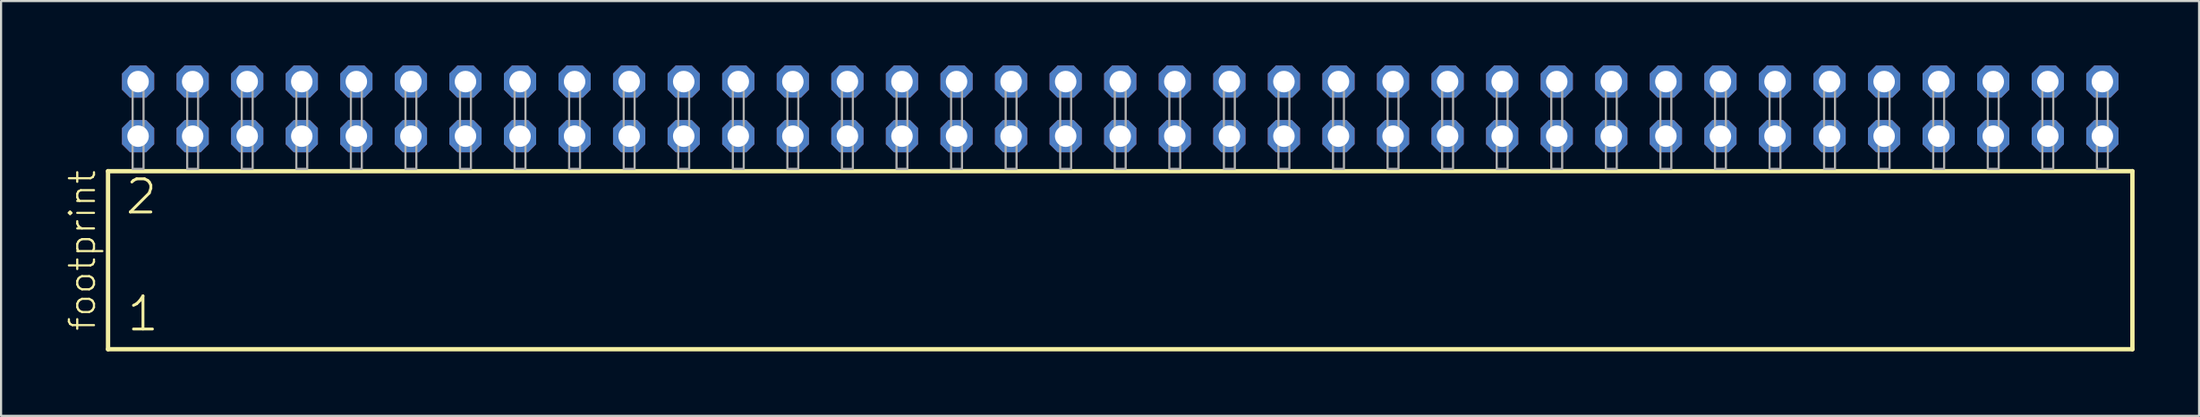
<source format=kicad_pcb>
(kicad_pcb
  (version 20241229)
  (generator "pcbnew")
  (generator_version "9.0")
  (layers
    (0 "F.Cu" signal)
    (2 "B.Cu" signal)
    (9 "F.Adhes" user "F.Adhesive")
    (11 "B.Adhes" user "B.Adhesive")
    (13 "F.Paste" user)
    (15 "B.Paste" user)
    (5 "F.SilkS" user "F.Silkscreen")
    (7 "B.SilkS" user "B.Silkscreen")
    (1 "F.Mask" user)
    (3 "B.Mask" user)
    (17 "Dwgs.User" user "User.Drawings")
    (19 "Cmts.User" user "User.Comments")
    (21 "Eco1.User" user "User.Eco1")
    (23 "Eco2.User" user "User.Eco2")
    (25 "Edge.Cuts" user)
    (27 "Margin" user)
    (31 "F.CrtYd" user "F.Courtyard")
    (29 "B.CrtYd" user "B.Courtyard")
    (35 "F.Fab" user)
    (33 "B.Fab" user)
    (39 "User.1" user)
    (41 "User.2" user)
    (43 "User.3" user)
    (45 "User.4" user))
  (footprint "footprint"
    (layer "F.Cu")
    (at 49.098 4.814)
    (property "Reference" "footprint" (at -47.625 7.62 90) (layer "F.SilkS") (effects (font (size 1.168 1.168) (thickness 0.102)) (justify left bottom)))
    (fp_line (start -47.119 0.106) (end -47.119 8.396) (stroke (width 0.203) (type solid)) (layer "F.SilkS"))
    (fp_line (start -47.119 8.396) (end 47.119 8.396) (stroke (width 0.203) (type solid)) (layer "F.SilkS"))
    (fp_line (start 47.119 0.106) (end -47.119 0.106) (stroke (width 0.203) (type solid)) (layer "F.SilkS"))
    (fp_line (start 47.119 8.396) (end 47.119 0.106) (stroke (width 0.203) (type solid)) (layer "F.SilkS"))
    (fp_poly (pts (xy -45.974 0) (xy -45.466 0) (xy -45.466 -4.318) (xy -45.974 -4.318)) (stroke (width 0.1) (type solid)) (fill no) (layer "F.Fab"))
    (fp_poly (pts (xy -43.434 0) (xy -42.926 0) (xy -42.926 -4.318) (xy -43.434 -4.318)) (stroke (width 0.1) (type solid)) (fill no) (layer "F.Fab"))
    (fp_poly (pts (xy -40.894 0) (xy -40.386 0) (xy -40.386 -4.318) (xy -40.894 -4.318)) (stroke (width 0.1) (type solid)) (fill no) (layer "F.Fab"))
    (fp_poly (pts (xy -38.354 0) (xy -37.846 0) (xy -37.846 -4.318) (xy -38.354 -4.318)) (stroke (width 0.1) (type solid)) (fill no) (layer "F.Fab"))
    (fp_poly (pts (xy -35.814 0) (xy -35.306 0) (xy -35.306 -4.318) (xy -35.814 -4.318)) (stroke (width 0.1) (type solid)) (fill no) (layer "F.Fab"))
    (fp_poly (pts (xy -33.274 0) (xy -32.766 0) (xy -32.766 -4.318) (xy -33.274 -4.318)) (stroke (width 0.1) (type solid)) (fill no) (layer "F.Fab"))
    (fp_poly (pts (xy -30.734 0) (xy -30.226 0) (xy -30.226 -4.318) (xy -30.734 -4.318)) (stroke (width 0.1) (type solid)) (fill no) (layer "F.Fab"))
    (fp_poly (pts (xy -28.194 0) (xy -27.686 0) (xy -27.686 -4.318) (xy -28.194 -4.318)) (stroke (width 0.1) (type solid)) (fill no) (layer "F.Fab"))
    (fp_poly (pts (xy -25.654 0) (xy -25.146 0) (xy -25.146 -4.318) (xy -25.654 -4.318)) (stroke (width 0.1) (type solid)) (fill no) (layer "F.Fab"))
    (fp_poly (pts (xy -23.114 0) (xy -22.606 0) (xy -22.606 -4.318) (xy -23.114 -4.318)) (stroke (width 0.1) (type solid)) (fill no) (layer "F.Fab"))
    (fp_poly (pts (xy -20.574 0) (xy -20.066 0) (xy -20.066 -4.318) (xy -20.574 -4.318)) (stroke (width 0.1) (type solid)) (fill no) (layer "F.Fab"))
    (fp_poly (pts (xy -18.034 0) (xy -17.526 0) (xy -17.526 -4.318) (xy -18.034 -4.318)) (stroke (width 0.1) (type solid)) (fill no) (layer "F.Fab"))
    (fp_poly (pts (xy -15.494 0) (xy -14.986 0) (xy -14.986 -4.318) (xy -15.494 -4.318)) (stroke (width 0.1) (type solid)) (fill no) (layer "F.Fab"))
    (fp_poly (pts (xy -12.954 0) (xy -12.446 0) (xy -12.446 -4.318) (xy -12.954 -4.318)) (stroke (width 0.1) (type solid)) (fill no) (layer "F.Fab"))
    (fp_poly (pts (xy -10.414 0) (xy -9.906 0) (xy -9.906 -4.318) (xy -10.414 -4.318)) (stroke (width 0.1) (type solid)) (fill no) (layer "F.Fab"))
    (fp_poly (pts (xy -7.874 0) (xy -7.366 0) (xy -7.366 -4.318) (xy -7.874 -4.318)) (stroke (width 0.1) (type solid)) (fill no) (layer "F.Fab"))
    (fp_poly (pts (xy -5.334 0) (xy -4.826 0) (xy -4.826 -4.318) (xy -5.334 -4.318)) (stroke (width 0.1) (type solid)) (fill no) (layer "F.Fab"))
    (fp_poly (pts (xy -2.794 0) (xy -2.286 0) (xy -2.286 -4.318) (xy -2.794 -4.318)) (stroke (width 0.1) (type solid)) (fill no) (layer "F.Fab"))
    (fp_poly (pts (xy -0.254 0) (xy 0.254 0) (xy 0.254 -4.318) (xy -0.254 -4.318)) (stroke (width 0.1) (type solid)) (fill no) (layer "F.Fab"))
    (fp_poly (pts (xy 2.286 0) (xy 2.794 0) (xy 2.794 -4.318) (xy 2.286 -4.318)) (stroke (width 0.1) (type solid)) (fill no) (layer "F.Fab"))
    (fp_poly (pts (xy 4.826 0) (xy 5.334 0) (xy 5.334 -4.318) (xy 4.826 -4.318)) (stroke (width 0.1) (type solid)) (fill no) (layer "F.Fab"))
    (fp_poly (pts (xy 7.366 0) (xy 7.874 0) (xy 7.874 -4.318) (xy 7.366 -4.318)) (stroke (width 0.1) (type solid)) (fill no) (layer "F.Fab"))
    (fp_poly (pts (xy 9.906 0) (xy 10.414 0) (xy 10.414 -4.318) (xy 9.906 -4.318)) (stroke (width 0.1) (type solid)) (fill no) (layer "F.Fab"))
    (fp_poly (pts (xy 12.446 0) (xy 12.954 0) (xy 12.954 -4.318) (xy 12.446 -4.318)) (stroke (width 0.1) (type solid)) (fill no) (layer "F.Fab"))
    (fp_poly (pts (xy 14.986 0) (xy 15.494 0) (xy 15.494 -4.318) (xy 14.986 -4.318)) (stroke (width 0.1) (type solid)) (fill no) (layer "F.Fab"))
    (fp_poly (pts (xy 17.526 0) (xy 18.034 0) (xy 18.034 -4.318) (xy 17.526 -4.318)) (stroke (width 0.1) (type solid)) (fill no) (layer "F.Fab"))
    (fp_poly (pts (xy 20.066 0) (xy 20.574 0) (xy 20.574 -4.318) (xy 20.066 -4.318)) (stroke (width 0.1) (type solid)) (fill no) (layer "F.Fab"))
    (fp_poly (pts (xy 22.606 0) (xy 23.114 0) (xy 23.114 -4.318) (xy 22.606 -4.318)) (stroke (width 0.1) (type solid)) (fill no) (layer "F.Fab"))
    (fp_poly (pts (xy 25.146 0) (xy 25.654 0) (xy 25.654 -4.318) (xy 25.146 -4.318)) (stroke (width 0.1) (type solid)) (fill no) (layer "F.Fab"))
    (fp_poly (pts (xy 27.686 0) (xy 28.194 0) (xy 28.194 -4.318) (xy 27.686 -4.318)) (stroke (width 0.1) (type solid)) (fill no) (layer "F.Fab"))
    (fp_poly (pts (xy 30.226 0) (xy 30.734 0) (xy 30.734 -4.318) (xy 30.226 -4.318)) (stroke (width 0.1) (type solid)) (fill no) (layer "F.Fab"))
    (fp_poly (pts (xy 32.766 0) (xy 33.274 0) (xy 33.274 -4.318) (xy 32.766 -4.318)) (stroke (width 0.1) (type solid)) (fill no) (layer "F.Fab"))
    (fp_poly (pts (xy 35.306 0) (xy 35.814 0) (xy 35.814 -4.318) (xy 35.306 -4.318)) (stroke (width 0.1) (type solid)) (fill no) (layer "F.Fab"))
    (fp_poly (pts (xy 37.846 0) (xy 38.354 0) (xy 38.354 -4.318) (xy 37.846 -4.318)) (stroke (width 0.1) (type solid)) (fill no) (layer "F.Fab"))
    (fp_poly (pts (xy 40.386 0) (xy 40.894 0) (xy 40.894 -4.318) (xy 40.386 -4.318)) (stroke (width 0.1) (type solid)) (fill no) (layer "F.Fab"))
    (fp_poly (pts (xy 42.926 0) (xy 43.434 0) (xy 43.434 -4.318) (xy 42.926 -4.318)) (stroke (width 0.1) (type solid)) (fill no) (layer "F.Fab"))
    (fp_poly (pts (xy 45.466 0) (xy 45.974 0) (xy 45.974 -4.318) (xy 45.466 -4.318)) (stroke (width 0.1) (type solid)) (fill no) (layer "F.Fab"))
    (fp_text user "1" (at -46.315 7.65 0) (layer "F.SilkS") (effects (font (size 1.542 1.542) (thickness 0.134)) (justify left bottom)))
    (fp_text user "2" (at -46.39 2.2 0) (layer "F.SilkS") (effects (font (size 1.542 1.542) (thickness 0.134)) (justify left bottom)))
    (pad "1" thru_hole roundrect (at -45.72 -1.524) (size 1.5 1.5) (drill 1) (layers "*.Cu" "*.Mask") (roundrect_rratio 0.25) (chamfer_ratio 0.25) (chamfer top_left top_right bottom_left bottom_right))
    (pad "2" thru_hole roundrect (at -45.72 -4.064) (size 1.5 1.5) (drill 1) (layers "*.Cu" "*.Mask") (roundrect_rratio 0.25) (chamfer_ratio 0.25) (chamfer top_left top_right bottom_left bottom_right))
    (pad "3" thru_hole roundrect (at -43.18 -1.524) (size 1.5 1.5) (drill 1) (layers "*.Cu" "*.Mask") (roundrect_rratio 0.25) (chamfer_ratio 0.25) (chamfer top_left top_right bottom_left bottom_right))
    (pad "4" thru_hole roundrect (at -43.18 -4.064) (size 1.5 1.5) (drill 1) (layers "*.Cu" "*.Mask") (roundrect_rratio 0.25) (chamfer_ratio 0.25) (chamfer top_left top_right bottom_left bottom_right))
    (pad "5" thru_hole roundrect (at -40.64 -1.524) (size 1.5 1.5) (drill 1) (layers "*.Cu" "*.Mask") (roundrect_rratio 0.25) (chamfer_ratio 0.25) (chamfer top_left top_right bottom_left bottom_right))
    (pad "6" thru_hole roundrect (at -40.64 -4.064) (size 1.5 1.5) (drill 1) (layers "*.Cu" "*.Mask") (roundrect_rratio 0.25) (chamfer_ratio 0.25) (chamfer top_left top_right bottom_left bottom_right))
    (pad "7" thru_hole roundrect (at -38.1 -1.524) (size 1.5 1.5) (drill 1) (layers "*.Cu" "*.Mask") (roundrect_rratio 0.25) (chamfer_ratio 0.25) (chamfer top_left top_right bottom_left bottom_right))
    (pad "8" thru_hole roundrect (at -38.1 -4.064) (size 1.5 1.5) (drill 1) (layers "*.Cu" "*.Mask") (roundrect_rratio 0.25) (chamfer_ratio 0.25) (chamfer top_left top_right bottom_left bottom_right))
    (pad "9" thru_hole roundrect (at -35.56 -1.524) (size 1.5 1.5) (drill 1) (layers "*.Cu" "*.Mask") (roundrect_rratio 0.25) (chamfer_ratio 0.25) (chamfer top_left top_right bottom_left bottom_right))
    (pad "10" thru_hole roundrect (at -35.56 -4.064) (size 1.5 1.5) (drill 1) (layers "*.Cu" "*.Mask") (roundrect_rratio 0.25) (chamfer_ratio 0.25) (chamfer top_left top_right bottom_left bottom_right))
    (pad "11" thru_hole roundrect (at -33.02 -1.524) (size 1.5 1.5) (drill 1) (layers "*.Cu" "*.Mask") (roundrect_rratio 0.25) (chamfer_ratio 0.25) (chamfer top_left top_right bottom_left bottom_right))
    (pad "12" thru_hole roundrect (at -33.02 -4.064) (size 1.5 1.5) (drill 1) (layers "*.Cu" "*.Mask") (roundrect_rratio 0.25) (chamfer_ratio 0.25) (chamfer top_left top_right bottom_left bottom_right))
    (pad "13" thru_hole roundrect (at -30.48 -1.524) (size 1.5 1.5) (drill 1) (layers "*.Cu" "*.Mask") (roundrect_rratio 0.25) (chamfer_ratio 0.25) (chamfer top_left top_right bottom_left bottom_right))
    (pad "14" thru_hole roundrect (at -30.48 -4.064) (size 1.5 1.5) (drill 1) (layers "*.Cu" "*.Mask") (roundrect_rratio 0.25) (chamfer_ratio 0.25) (chamfer top_left top_right bottom_left bottom_right))
    (pad "15" thru_hole roundrect (at -27.94 -1.524) (size 1.5 1.5) (drill 1) (layers "*.Cu" "*.Mask") (roundrect_rratio 0.25) (chamfer_ratio 0.25) (chamfer top_left top_right bottom_left bottom_right))
    (pad "16" thru_hole roundrect (at -27.94 -4.064) (size 1.5 1.5) (drill 1) (layers "*.Cu" "*.Mask") (roundrect_rratio 0.25) (chamfer_ratio 0.25) (chamfer top_left top_right bottom_left bottom_right))
    (pad "17" thru_hole roundrect (at -25.4 -1.524) (size 1.5 1.5) (drill 1) (layers "*.Cu" "*.Mask") (roundrect_rratio 0.25) (chamfer_ratio 0.25) (chamfer top_left top_right bottom_left bottom_right))
    (pad "18" thru_hole roundrect (at -25.4 -4.064) (size 1.5 1.5) (drill 1) (layers "*.Cu" "*.Mask") (roundrect_rratio 0.25) (chamfer_ratio 0.25) (chamfer top_left top_right bottom_left bottom_right))
    (pad "19" thru_hole roundrect (at -22.86 -1.524) (size 1.5 1.5) (drill 1) (layers "*.Cu" "*.Mask") (roundrect_rratio 0.25) (chamfer_ratio 0.25) (chamfer top_left top_right bottom_left bottom_right))
    (pad "20" thru_hole roundrect (at -22.86 -4.064) (size 1.5 1.5) (drill 1) (layers "*.Cu" "*.Mask") (roundrect_rratio 0.25) (chamfer_ratio 0.25) (chamfer top_left top_right bottom_left bottom_right))
    (pad "21" thru_hole roundrect (at -20.32 -1.524) (size 1.5 1.5) (drill 1) (layers "*.Cu" "*.Mask") (roundrect_rratio 0.25) (chamfer_ratio 0.25) (chamfer top_left top_right bottom_left bottom_right))
    (pad "22" thru_hole roundrect (at -20.32 -4.064) (size 1.5 1.5) (drill 1) (layers "*.Cu" "*.Mask") (roundrect_rratio 0.25) (chamfer_ratio 0.25) (chamfer top_left top_right bottom_left bottom_right))
    (pad "23" thru_hole roundrect (at -17.78 -1.524) (size 1.5 1.5) (drill 1) (layers "*.Cu" "*.Mask") (roundrect_rratio 0.25) (chamfer_ratio 0.25) (chamfer top_left top_right bottom_left bottom_right))
    (pad "24" thru_hole roundrect (at -17.78 -4.064) (size 1.5 1.5) (drill 1) (layers "*.Cu" "*.Mask") (roundrect_rratio 0.25) (chamfer_ratio 0.25) (chamfer top_left top_right bottom_left bottom_right))
    (pad "25" thru_hole roundrect (at -15.24 -1.524) (size 1.5 1.5) (drill 1) (layers "*.Cu" "*.Mask") (roundrect_rratio 0.25) (chamfer_ratio 0.25) (chamfer top_left top_right bottom_left bottom_right))
    (pad "26" thru_hole roundrect (at -15.24 -4.064) (size 1.5 1.5) (drill 1) (layers "*.Cu" "*.Mask") (roundrect_rratio 0.25) (chamfer_ratio 0.25) (chamfer top_left top_right bottom_left bottom_right))
    (pad "27" thru_hole roundrect (at -12.7 -1.524) (size 1.5 1.5) (drill 1) (layers "*.Cu" "*.Mask") (roundrect_rratio 0.25) (chamfer_ratio 0.25) (chamfer top_left top_right bottom_left bottom_right))
    (pad "28" thru_hole roundrect (at -12.7 -4.064) (size 1.5 1.5) (drill 1) (layers "*.Cu" "*.Mask") (roundrect_rratio 0.25) (chamfer_ratio 0.25) (chamfer top_left top_right bottom_left bottom_right))
    (pad "29" thru_hole roundrect (at -10.16 -1.524) (size 1.5 1.5) (drill 1) (layers "*.Cu" "*.Mask") (roundrect_rratio 0.25) (chamfer_ratio 0.25) (chamfer top_left top_right bottom_left bottom_right))
    (pad "30" thru_hole roundrect (at -10.16 -4.064) (size 1.5 1.5) (drill 1) (layers "*.Cu" "*.Mask") (roundrect_rratio 0.25) (chamfer_ratio 0.25) (chamfer top_left top_right bottom_left bottom_right))
    (pad "31" thru_hole roundrect (at -7.62 -1.524) (size 1.5 1.5) (drill 1) (layers "*.Cu" "*.Mask") (roundrect_rratio 0.25) (chamfer_ratio 0.25) (chamfer top_left top_right bottom_left bottom_right))
    (pad "32" thru_hole roundrect (at -7.62 -4.064) (size 1.5 1.5) (drill 1) (layers "*.Cu" "*.Mask") (roundrect_rratio 0.25) (chamfer_ratio 0.25) (chamfer top_left top_right bottom_left bottom_right))
    (pad "33" thru_hole roundrect (at -5.08 -1.524) (size 1.5 1.5) (drill 1) (layers "*.Cu" "*.Mask") (roundrect_rratio 0.25) (chamfer_ratio 0.25) (chamfer top_left top_right bottom_left bottom_right))
    (pad "34" thru_hole roundrect (at -5.08 -4.064) (size 1.5 1.5) (drill 1) (layers "*.Cu" "*.Mask") (roundrect_rratio 0.25) (chamfer_ratio 0.25) (chamfer top_left top_right bottom_left bottom_right))
    (pad "35" thru_hole roundrect (at -2.54 -1.524) (size 1.5 1.5) (drill 1) (layers "*.Cu" "*.Mask") (roundrect_rratio 0.25) (chamfer_ratio 0.25) (chamfer top_left top_right bottom_left bottom_right))
    (pad "36" thru_hole roundrect (at -2.54 -4.064) (size 1.5 1.5) (drill 1) (layers "*.Cu" "*.Mask") (roundrect_rratio 0.25) (chamfer_ratio 0.25) (chamfer top_left top_right bottom_left bottom_right))
    (pad "37" thru_hole roundrect (at 0 -1.524) (size 1.5 1.5) (drill 1) (layers "*.Cu" "*.Mask") (roundrect_rratio 0.25) (chamfer_ratio 0.25) (chamfer top_left top_right bottom_left bottom_right))
    (pad "38" thru_hole roundrect (at 0 -4.064) (size 1.5 1.5) (drill 1) (layers "*.Cu" "*.Mask") (roundrect_rratio 0.25) (chamfer_ratio 0.25) (chamfer top_left top_right bottom_left bottom_right))
    (pad "39" thru_hole roundrect (at 2.54 -1.524) (size 1.5 1.5) (drill 1) (layers "*.Cu" "*.Mask") (roundrect_rratio 0.25) (chamfer_ratio 0.25) (chamfer top_left top_right bottom_left bottom_right))
    (pad "40" thru_hole roundrect (at 2.54 -4.064) (size 1.5 1.5) (drill 1) (layers "*.Cu" "*.Mask") (roundrect_rratio 0.25) (chamfer_ratio 0.25) (chamfer top_left top_right bottom_left bottom_right))
    (pad "41" thru_hole roundrect (at 5.08 -1.524) (size 1.5 1.5) (drill 1) (layers "*.Cu" "*.Mask") (roundrect_rratio 0.25) (chamfer_ratio 0.25) (chamfer top_left top_right bottom_left bottom_right))
    (pad "42" thru_hole roundrect (at 5.08 -4.064) (size 1.5 1.5) (drill 1) (layers "*.Cu" "*.Mask") (roundrect_rratio 0.25) (chamfer_ratio 0.25) (chamfer top_left top_right bottom_left bottom_right))
    (pad "43" thru_hole roundrect (at 7.62 -1.524) (size 1.5 1.5) (drill 1) (layers "*.Cu" "*.Mask") (roundrect_rratio 0.25) (chamfer_ratio 0.25) (chamfer top_left top_right bottom_left bottom_right))
    (pad "44" thru_hole roundrect (at 7.62 -4.064) (size 1.5 1.5) (drill 1) (layers "*.Cu" "*.Mask") (roundrect_rratio 0.25) (chamfer_ratio 0.25) (chamfer top_left top_right bottom_left bottom_right))
    (pad "45" thru_hole roundrect (at 10.16 -1.524) (size 1.5 1.5) (drill 1) (layers "*.Cu" "*.Mask") (roundrect_rratio 0.25) (chamfer_ratio 0.25) (chamfer top_left top_right bottom_left bottom_right))
    (pad "46" thru_hole roundrect (at 10.16 -4.064) (size 1.5 1.5) (drill 1) (layers "*.Cu" "*.Mask") (roundrect_rratio 0.25) (chamfer_ratio 0.25) (chamfer top_left top_right bottom_left bottom_right))
    (pad "47" thru_hole roundrect (at 12.7 -1.524) (size 1.5 1.5) (drill 1) (layers "*.Cu" "*.Mask") (roundrect_rratio 0.25) (chamfer_ratio 0.25) (chamfer top_left top_right bottom_left bottom_right))
    (pad "48" thru_hole roundrect (at 12.7 -4.064) (size 1.5 1.5) (drill 1) (layers "*.Cu" "*.Mask") (roundrect_rratio 0.25) (chamfer_ratio 0.25) (chamfer top_left top_right bottom_left bottom_right))
    (pad "49" thru_hole roundrect (at 15.24 -1.524) (size 1.5 1.5) (drill 1) (layers "*.Cu" "*.Mask") (roundrect_rratio 0.25) (chamfer_ratio 0.25) (chamfer top_left top_right bottom_left bottom_right))
    (pad "50" thru_hole roundrect (at 15.24 -4.064) (size 1.5 1.5) (drill 1) (layers "*.Cu" "*.Mask") (roundrect_rratio 0.25) (chamfer_ratio 0.25) (chamfer top_left top_right bottom_left bottom_right))
    (pad "51" thru_hole roundrect (at 17.78 -1.524) (size 1.5 1.5) (drill 1) (layers "*.Cu" "*.Mask") (roundrect_rratio 0.25) (chamfer_ratio 0.25) (chamfer top_left top_right bottom_left bottom_right))
    (pad "52" thru_hole roundrect (at 17.78 -4.064) (size 1.5 1.5) (drill 1) (layers "*.Cu" "*.Mask") (roundrect_rratio 0.25) (chamfer_ratio 0.25) (chamfer top_left top_right bottom_left bottom_right))
    (pad "53" thru_hole roundrect (at 20.32 -1.524) (size 1.5 1.5) (drill 1) (layers "*.Cu" "*.Mask") (roundrect_rratio 0.25) (chamfer_ratio 0.25) (chamfer top_left top_right bottom_left bottom_right))
    (pad "54" thru_hole roundrect (at 20.32 -4.064) (size 1.5 1.5) (drill 1) (layers "*.Cu" "*.Mask") (roundrect_rratio 0.25) (chamfer_ratio 0.25) (chamfer top_left top_right bottom_left bottom_right))
    (pad "55" thru_hole roundrect (at 22.86 -1.524) (size 1.5 1.5) (drill 1) (layers "*.Cu" "*.Mask") (roundrect_rratio 0.25) (chamfer_ratio 0.25) (chamfer top_left top_right bottom_left bottom_right))
    (pad "56" thru_hole roundrect (at 22.86 -4.064) (size 1.5 1.5) (drill 1) (layers "*.Cu" "*.Mask") (roundrect_rratio 0.25) (chamfer_ratio 0.25) (chamfer top_left top_right bottom_left bottom_right))
    (pad "57" thru_hole roundrect (at 25.4 -1.524) (size 1.5 1.5) (drill 1) (layers "*.Cu" "*.Mask") (roundrect_rratio 0.25) (chamfer_ratio 0.25) (chamfer top_left top_right bottom_left bottom_right))
    (pad "58" thru_hole roundrect (at 25.4 -4.064) (size 1.5 1.5) (drill 1) (layers "*.Cu" "*.Mask") (roundrect_rratio 0.25) (chamfer_ratio 0.25) (chamfer top_left top_right bottom_left bottom_right))
    (pad "59" thru_hole roundrect (at 27.94 -1.524) (size 1.5 1.5) (drill 1) (layers "*.Cu" "*.Mask") (roundrect_rratio 0.25) (chamfer_ratio 0.25) (chamfer top_left top_right bottom_left bottom_right))
    (pad "60" thru_hole roundrect (at 27.94 -4.064) (size 1.5 1.5) (drill 1) (layers "*.Cu" "*.Mask") (roundrect_rratio 0.25) (chamfer_ratio 0.25) (chamfer top_left top_right bottom_left bottom_right))
    (pad "61" thru_hole roundrect (at 30.48 -1.524) (size 1.5 1.5) (drill 1) (layers "*.Cu" "*.Mask") (roundrect_rratio 0.25) (chamfer_ratio 0.25) (chamfer top_left top_right bottom_left bottom_right))
    (pad "62" thru_hole roundrect (at 30.48 -4.064) (size 1.5 1.5) (drill 1) (layers "*.Cu" "*.Mask") (roundrect_rratio 0.25) (chamfer_ratio 0.25) (chamfer top_left top_right bottom_left bottom_right))
    (pad "63" thru_hole roundrect (at 33.02 -1.524) (size 1.5 1.5) (drill 1) (layers "*.Cu" "*.Mask") (roundrect_rratio 0.25) (chamfer_ratio 0.25) (chamfer top_left top_right bottom_left bottom_right))
    (pad "64" thru_hole roundrect (at 33.02 -4.064) (size 1.5 1.5) (drill 1) (layers "*.Cu" "*.Mask") (roundrect_rratio 0.25) (chamfer_ratio 0.25) (chamfer top_left top_right bottom_left bottom_right))
    (pad "65" thru_hole roundrect (at 35.56 -1.524) (size 1.5 1.5) (drill 1) (layers "*.Cu" "*.Mask") (roundrect_rratio 0.25) (chamfer_ratio 0.25) (chamfer top_left top_right bottom_left bottom_right))
    (pad "66" thru_hole roundrect (at 35.56 -4.064) (size 1.5 1.5) (drill 1) (layers "*.Cu" "*.Mask") (roundrect_rratio 0.25) (chamfer_ratio 0.25) (chamfer top_left top_right bottom_left bottom_right))
    (pad "67" thru_hole roundrect (at 38.1 -1.524) (size 1.5 1.5) (drill 1) (layers "*.Cu" "*.Mask") (roundrect_rratio 0.25) (chamfer_ratio 0.25) (chamfer top_left top_right bottom_left bottom_right))
    (pad "68" thru_hole roundrect (at 38.1 -4.064) (size 1.5 1.5) (drill 1) (layers "*.Cu" "*.Mask") (roundrect_rratio 0.25) (chamfer_ratio 0.25) (chamfer top_left top_right bottom_left bottom_right))
    (pad "69" thru_hole roundrect (at 40.64 -1.524) (size 1.5 1.5) (drill 1) (layers "*.Cu" "*.Mask") (roundrect_rratio 0.25) (chamfer_ratio 0.25) (chamfer top_left top_right bottom_left bottom_right))
    (pad "70" thru_hole roundrect (at 40.64 -4.064) (size 1.5 1.5) (drill 1) (layers "*.Cu" "*.Mask") (roundrect_rratio 0.25) (chamfer_ratio 0.25) (chamfer top_left top_right bottom_left bottom_right))
    (pad "71" thru_hole roundrect (at 43.18 -1.524) (size 1.5 1.5) (drill 1) (layers "*.Cu" "*.Mask") (roundrect_rratio 0.25) (chamfer_ratio 0.25) (chamfer top_left top_right bottom_left bottom_right))
    (pad "72" thru_hole roundrect (at 43.18 -4.064) (size 1.5 1.5) (drill 1) (layers "*.Cu" "*.Mask") (roundrect_rratio 0.25) (chamfer_ratio 0.25) (chamfer top_left top_right bottom_left bottom_right))
    (pad "73" thru_hole roundrect (at 45.72 -1.524) (size 1.5 1.5) (drill 1) (layers "*.Cu" "*.Mask") (roundrect_rratio 0.25) (chamfer_ratio 0.25) (chamfer top_left top_right bottom_left bottom_right))
    (pad "74" thru_hole roundrect (at 45.72 -4.064) (size 1.5 1.5) (drill 1) (layers "*.Cu" "*.Mask") (roundrect_rratio 0.25) (chamfer_ratio 0.25) (chamfer top_left top_right bottom_left bottom_right)))
  (gr_rect
    (start -3 -3)
    (end 99.319 16.312)
    (stroke (width 0.1) (type default))
    (fill no)
    (layer "Edge.Cuts")))
</source>
